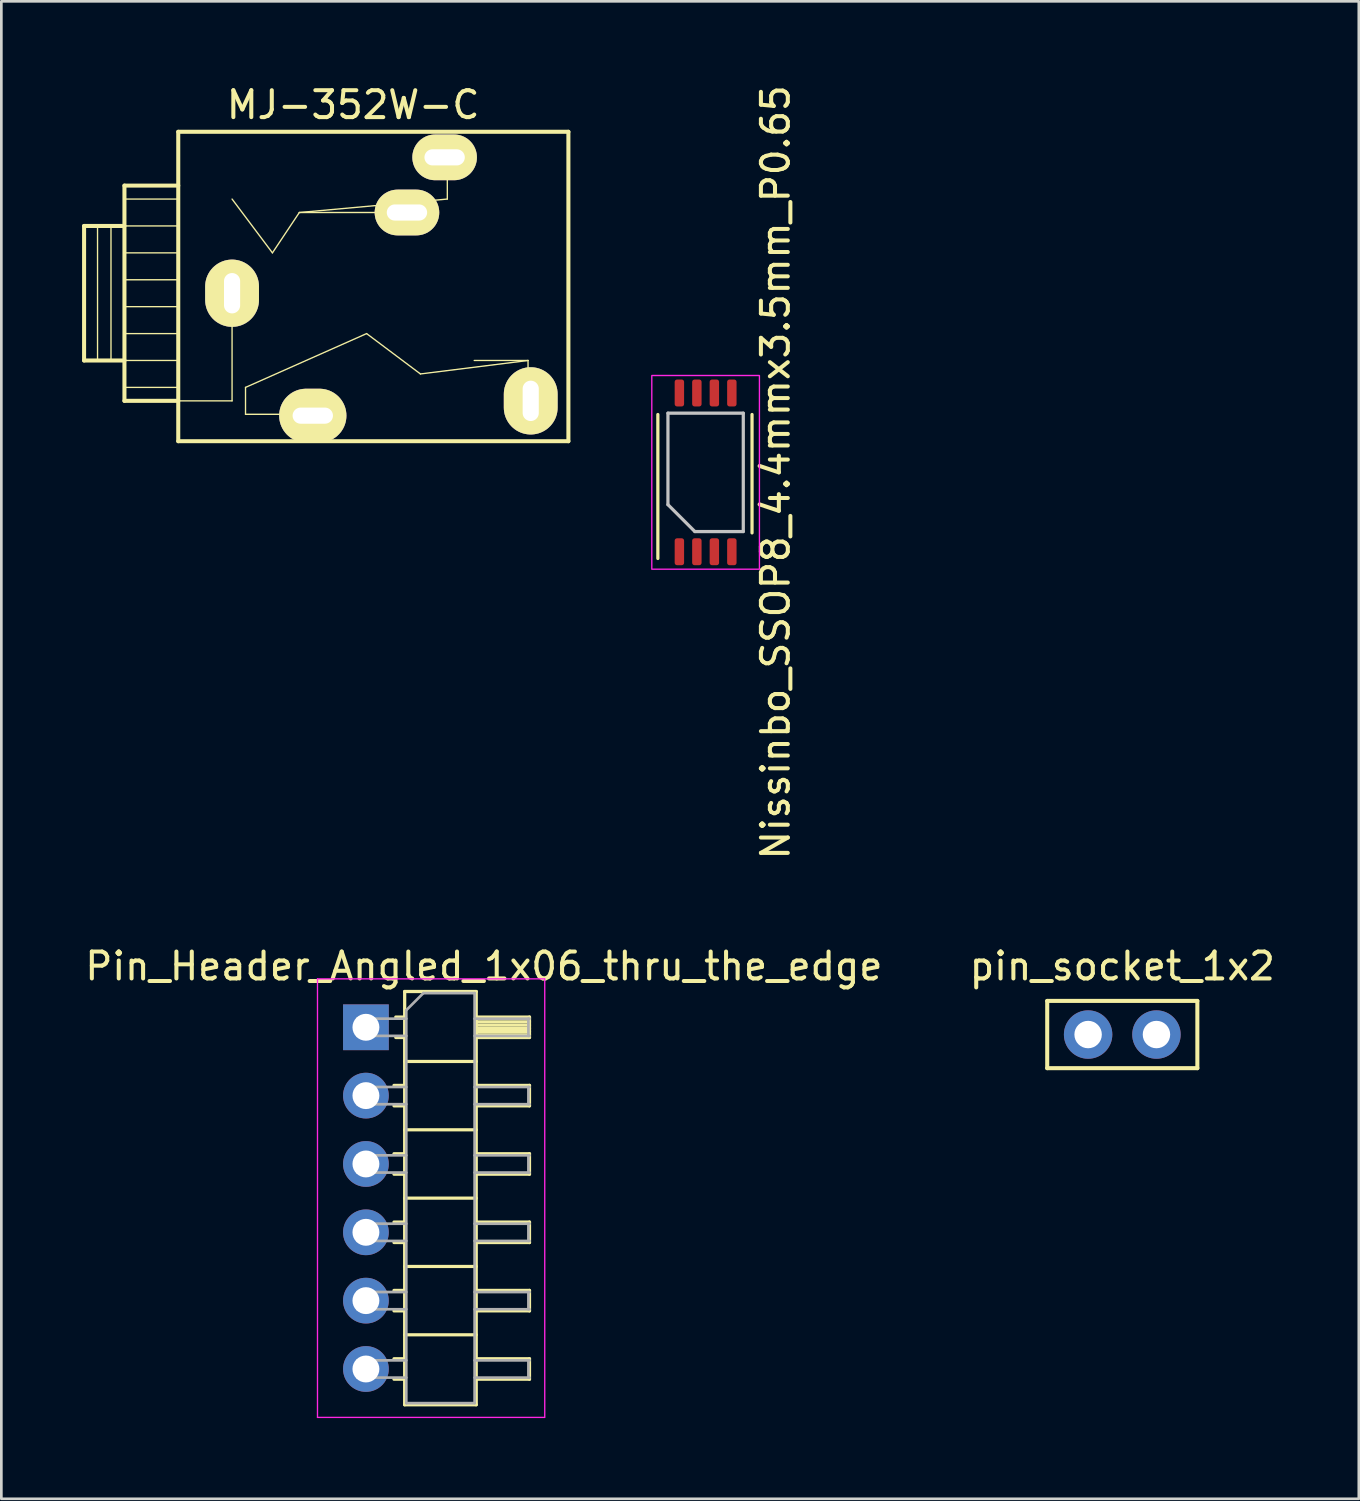
<source format=kicad_pcb>
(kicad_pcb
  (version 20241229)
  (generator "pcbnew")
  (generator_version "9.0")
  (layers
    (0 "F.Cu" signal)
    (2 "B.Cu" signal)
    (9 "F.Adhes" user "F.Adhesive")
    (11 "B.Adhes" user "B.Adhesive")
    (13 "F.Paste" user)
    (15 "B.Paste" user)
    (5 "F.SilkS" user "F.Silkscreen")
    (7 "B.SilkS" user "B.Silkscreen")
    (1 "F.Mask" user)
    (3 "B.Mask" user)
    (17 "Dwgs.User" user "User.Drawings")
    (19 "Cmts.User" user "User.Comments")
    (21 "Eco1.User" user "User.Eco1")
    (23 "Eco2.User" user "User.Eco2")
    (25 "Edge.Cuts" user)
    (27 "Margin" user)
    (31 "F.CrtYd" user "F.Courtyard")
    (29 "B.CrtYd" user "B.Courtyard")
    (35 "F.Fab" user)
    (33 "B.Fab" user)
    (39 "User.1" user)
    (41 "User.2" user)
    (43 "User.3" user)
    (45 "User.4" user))
  (footprint "MJ-352W-C"
    (layer "F.Cu")
    (at 3.575 7.848)
    (property "Reference" "MJ-352W-C" (at 6.5 -7 0) (unlocked yes) (layer "F.SilkS") (effects (font (size 1 1) (thickness 0.15))))
    (attr through_hole)
    (fp_line (start -3.5 -2.5) (end -3.5 2.5) (stroke (width 0.15) (type solid)) (layer "F.SilkS"))
    (fp_line (start -3.5 2.5) (end -2 2.5) (stroke (width 0.15) (type solid)) (layer "F.SilkS"))
    (fp_line (start -3 -2.5) (end -3 2.5) (stroke (width 0.05) (type solid)) (layer "F.SilkS"))
    (fp_line (start -2.5 -2.5) (end -2.5 2.5) (stroke (width 0.05) (type solid)) (layer "F.SilkS"))
    (fp_line (start -2 -4) (end -2 4) (stroke (width 0.15) (type solid)) (layer "F.SilkS"))
    (fp_line (start -2 -3.5) (end 0 -3.5) (stroke (width 0.05) (type solid)) (layer "F.SilkS"))
    (fp_line (start -2 -2.5) (end -3.5 -2.5) (stroke (width 0.15) (type solid)) (layer "F.SilkS"))
    (fp_line (start -2 -2.5) (end 0 -2.5) (stroke (width 0.05) (type solid)) (layer "F.SilkS"))
    (fp_line (start -2 -1.5) (end 0 -1.5) (stroke (width 0.05) (type solid)) (layer "F.SilkS"))
    (fp_line (start -2 -0.5) (end 0 -0.5) (stroke (width 0.05) (type solid)) (layer "F.SilkS"))
    (fp_line (start -2 0.5) (end 0 0.5) (stroke (width 0.05) (type solid)) (layer "F.SilkS"))
    (fp_line (start -2 1.5) (end 0 1.5) (stroke (width 0.05) (type solid)) (layer "F.SilkS"))
    (fp_line (start -2 2.5) (end 0 2.5) (stroke (width 0.05) (type solid)) (layer "F.SilkS"))
    (fp_line (start -2 3.5) (end 0 3.5) (stroke (width 0.05) (type solid)) (layer "F.SilkS"))
    (fp_line (start -2 4) (end 0 4) (stroke (width 0.15) (type solid)) (layer "F.SilkS"))
    (fp_line (start 0 -6) (end 14.5 -6) (stroke (width 0.15) (type solid)) (layer "F.SilkS"))
    (fp_line (start 0 -4) (end -2 -4) (stroke (width 0.15) (type solid)) (layer "F.SilkS"))
    (fp_line (start 0 4) (end 2 4) (stroke (width 0.05) (type solid)) (layer "F.SilkS"))
    (fp_line (start 0 5.5) (end 0 -6) (stroke (width 0.15) (type solid)) (layer "F.SilkS"))
    (fp_line (start 2 -3.5) (end 3.5 -1.5) (stroke (width 0.05) (type solid)) (layer "F.SilkS"))
    (fp_line (start 2 4) (end 2 0) (stroke (width 0.05) (type solid)) (layer "F.SilkS"))
    (fp_line (start 2.5 3.5) (end 7 1.5) (stroke (width 0.05) (type solid)) (layer "F.SilkS"))
    (fp_line (start 2.5 4.5) (end 2.5 3.5) (stroke (width 0.05) (type solid)) (layer "F.SilkS"))
    (fp_line (start 3.5 -1.5) (end 4.5 -3) (stroke (width 0.05) (type solid)) (layer "F.SilkS"))
    (fp_line (start 4.5 -3) (end 10 -3.5) (stroke (width 0.05) (type solid)) (layer "F.SilkS"))
    (fp_line (start 5 4.5) (end 2.5 4.5) (stroke (width 0.05) (type solid)) (layer "F.SilkS"))
    (fp_line (start 7 1.5) (end 9 3) (stroke (width 0.05) (type solid)) (layer "F.SilkS"))
    (fp_line (start 8.5 -3) (end 4.5 -3) (stroke (width 0.05) (type solid)) (layer "F.SilkS"))
    (fp_line (start 9 3) (end 13 2.5) (stroke (width 0.05) (type solid)) (layer "F.SilkS"))
    (fp_line (start 10 -3.5) (end 10 -5) (stroke (width 0.05) (type solid)) (layer "F.SilkS"))
    (fp_line (start 11 2.5) (end 13 2.5) (stroke (width 0.05) (type solid)) (layer "F.SilkS"))
    (fp_line (start 13 2.5) (end 13 4) (stroke (width 0.05) (type solid)) (layer "F.SilkS"))
    (fp_line (start 14.5 -6) (end 14.5 5.5) (stroke (width 0.15) (type solid)) (layer "F.SilkS"))
    (fp_line (start 14.5 5.5) (end 0 5.5) (stroke (width 0.15) (type solid)) (layer "F.SilkS"))
    (pad "1" thru_hole oval (at 2 0) (size 2 2.5) (drill oval 0.6 1.5) (layers "*.Cu" "*.Mask" "F.SilkS"))
    (pad "2" thru_hole oval (at 5 4.55) (size 2.5 2) (drill oval 1.5 0.6) (layers "*.Cu" "*.Mask" "F.SilkS"))
    (pad "3" thru_hole oval (at 13.1 4) (size 2 2.5) (drill oval 0.6 1.5) (layers "*.Cu" "*.Mask" "F.SilkS"))
    (pad "4" thru_hole oval (at 8.5 -3) (size 2.4 1.7) (drill oval 1.5 0.6) (layers "*.Cu" "*.Mask" "F.SilkS"))
    (pad "5" thru_hole oval (at 9.9 -5.05) (size 2.4 1.7) (drill oval 1.5 0.6) (layers "*.Cu" "*.Mask" "F.SilkS")))
  (footprint "Pin_Header_Angled_1x06_thru_the_edge"
    (layer "F.Cu")
    (at 10.55 35.13)
    (property "Reference" "Pin_Header_Angled_1x06_thru_the_edge" (at 4.385 -2.27 0) (layer "F.SilkS") (effects (font (size 1 1) (thickness 0.15))))
    (attr through_hole)
    (fp_line (start 1.043 2.16) (end 1.44 2.16) (stroke (width 0.12) (type solid)) (layer "F.SilkS"))
    (fp_line (start 1.043 2.92) (end 1.44 2.92) (stroke (width 0.12) (type solid)) (layer "F.SilkS"))
    (fp_line (start 1.043 4.7) (end 1.44 4.7) (stroke (width 0.12) (type solid)) (layer "F.SilkS"))
    (fp_line (start 1.043 5.46) (end 1.44 5.46) (stroke (width 0.12) (type solid)) (layer "F.SilkS"))
    (fp_line (start 1.043 7.24) (end 1.44 7.24) (stroke (width 0.12) (type solid)) (layer "F.SilkS"))
    (fp_line (start 1.043 8) (end 1.44 8) (stroke (width 0.12) (type solid)) (layer "F.SilkS"))
    (fp_line (start 1.043 9.78) (end 1.44 9.78) (stroke (width 0.12) (type solid)) (layer "F.SilkS"))
    (fp_line (start 1.043 10.54) (end 1.44 10.54) (stroke (width 0.12) (type solid)) (layer "F.SilkS"))
    (fp_line (start 1.043 12.32) (end 1.44 12.32) (stroke (width 0.12) (type solid)) (layer "F.SilkS"))
    (fp_line (start 1.043 13.08) (end 1.44 13.08) (stroke (width 0.12) (type solid)) (layer "F.SilkS"))
    (fp_line (start 1.11 -0.38) (end 1.44 -0.38) (stroke (width 0.12) (type solid)) (layer "F.SilkS"))
    (fp_line (start 1.11 0.38) (end 1.44 0.38) (stroke (width 0.12) (type solid)) (layer "F.SilkS"))
    (fp_line (start 1.44 -1.33) (end 1.44 14.03) (stroke (width 0.12) (type solid)) (layer "F.SilkS"))
    (fp_line (start 1.44 1.27) (end 4.1 1.27) (stroke (width 0.12) (type solid)) (layer "F.SilkS"))
    (fp_line (start 1.44 3.81) (end 4.1 3.81) (stroke (width 0.12) (type solid)) (layer "F.SilkS"))
    (fp_line (start 1.44 6.35) (end 4.1 6.35) (stroke (width 0.12) (type solid)) (layer "F.SilkS"))
    (fp_line (start 1.44 8.89) (end 4.1 8.89) (stroke (width 0.12) (type solid)) (layer "F.SilkS"))
    (fp_line (start 1.44 11.43) (end 4.1 11.43) (stroke (width 0.12) (type solid)) (layer "F.SilkS"))
    (fp_line (start 1.44 14.03) (end 4.1 14.03) (stroke (width 0.12) (type solid)) (layer "F.SilkS"))
    (fp_line (start 4.1 -1.33) (end 1.44 -1.33) (stroke (width 0.12) (type solid)) (layer "F.SilkS"))
    (fp_line (start 4.1 -0.38) (end 6.079 -0.38) (stroke (width 0.12) (type solid)) (layer "F.SilkS"))
    (fp_line (start 4.1 -0.32) (end 6.079 -0.32) (stroke (width 0.12) (type solid)) (layer "F.SilkS"))
    (fp_line (start 4.1 -0.2) (end 6.079 -0.2) (stroke (width 0.12) (type solid)) (layer "F.SilkS"))
    (fp_line (start 4.1 -0.08) (end 6.079 -0.08) (stroke (width 0.12) (type solid)) (layer "F.SilkS"))
    (fp_line (start 4.1 0.04) (end 6.079 0.04) (stroke (width 0.12) (type solid)) (layer "F.SilkS"))
    (fp_line (start 4.1 0.16) (end 6.079 0.16) (stroke (width 0.12) (type solid)) (layer "F.SilkS"))
    (fp_line (start 4.1 0.28) (end 6.079 0.28) (stroke (width 0.12) (type solid)) (layer "F.SilkS"))
    (fp_line (start 4.1 2.16) (end 6.079 2.16) (stroke (width 0.12) (type solid)) (layer "F.SilkS"))
    (fp_line (start 4.1 4.7) (end 6.079 4.7) (stroke (width 0.12) (type solid)) (layer "F.SilkS"))
    (fp_line (start 4.1 7.24) (end 6.079 7.24) (stroke (width 0.12) (type solid)) (layer "F.SilkS"))
    (fp_line (start 4.1 9.78) (end 6.079 9.78) (stroke (width 0.12) (type solid)) (layer "F.SilkS"))
    (fp_line (start 4.1 12.32) (end 6.079 12.32) (stroke (width 0.12) (type solid)) (layer "F.SilkS"))
    (fp_line (start 4.1 14.03) (end 4.1 -1.33) (stroke (width 0.12) (type solid)) (layer "F.SilkS"))
    (fp_line (start 6.079 -0.38) (end 6.079 0.38) (stroke (width 0.12) (type solid)) (layer "F.SilkS"))
    (fp_line (start 6.079 0.38) (end 4.1 0.38) (stroke (width 0.12) (type solid)) (layer "F.SilkS"))
    (fp_line (start 6.079 2.16) (end 6.079 2.92) (stroke (width 0.12) (type solid)) (layer "F.SilkS"))
    (fp_line (start 6.079 2.92) (end 4.1 2.92) (stroke (width 0.12) (type solid)) (layer "F.SilkS"))
    (fp_line (start 6.079 4.7) (end 6.079 5.46) (stroke (width 0.12) (type solid)) (layer "F.SilkS"))
    (fp_line (start 6.079 5.46) (end 4.1 5.46) (stroke (width 0.12) (type solid)) (layer "F.SilkS"))
    (fp_line (start 6.079 7.24) (end 6.079 8) (stroke (width 0.12) (type solid)) (layer "F.SilkS"))
    (fp_line (start 6.079 8) (end 4.1 8) (stroke (width 0.12) (type solid)) (layer "F.SilkS"))
    (fp_line (start 6.079 9.78) (end 6.079 10.54) (stroke (width 0.12) (type solid)) (layer "F.SilkS"))
    (fp_line (start 6.079 10.54) (end 4.1 10.54) (stroke (width 0.12) (type solid)) (layer "F.SilkS"))
    (fp_line (start 6.079 12.32) (end 6.079 13.08) (stroke (width 0.12) (type solid)) (layer "F.SilkS"))
    (fp_line (start 6.079 13.08) (end 4.1 13.08) (stroke (width 0.12) (type solid)) (layer "F.SilkS"))
    (fp_line (start -1.8 -1.8) (end -1.8 14.5) (stroke (width 0.05) (type solid)) (layer "F.CrtYd"))
    (fp_line (start -1.8 14.5) (end 6.637 14.5) (stroke (width 0.05) (type solid)) (layer "F.CrtYd"))
    (fp_line (start 6.637 -1.8) (end -1.8 -1.8) (stroke (width 0.05) (type solid)) (layer "F.CrtYd"))
    (fp_line (start 6.646 14.5) (end 6.646 -1.8) (stroke (width 0.05) (type solid)) (layer "F.CrtYd"))
    (fp_line (start -0.32 -0.32) (end -0.32 0.32) (stroke (width 0.1) (type solid)) (layer "F.Fab"))
    (fp_line (start -0.32 -0.32) (end 1.5 -0.32) (stroke (width 0.1) (type solid)) (layer "F.Fab"))
    (fp_line (start -0.32 0.32) (end 1.5 0.32) (stroke (width 0.1) (type solid)) (layer "F.Fab"))
    (fp_line (start -0.32 2.22) (end -0.32 2.86) (stroke (width 0.1) (type solid)) (layer "F.Fab"))
    (fp_line (start -0.32 2.22) (end 1.5 2.22) (stroke (width 0.1) (type solid)) (layer "F.Fab"))
    (fp_line (start -0.32 2.86) (end 1.5 2.86) (stroke (width 0.1) (type solid)) (layer "F.Fab"))
    (fp_line (start -0.32 4.76) (end -0.32 5.4) (stroke (width 0.1) (type solid)) (layer "F.Fab"))
    (fp_line (start -0.32 4.76) (end 1.5 4.76) (stroke (width 0.1) (type solid)) (layer "F.Fab"))
    (fp_line (start -0.32 5.4) (end 1.5 5.4) (stroke (width 0.1) (type solid)) (layer "F.Fab"))
    (fp_line (start -0.32 7.3) (end -0.32 7.94) (stroke (width 0.1) (type solid)) (layer "F.Fab"))
    (fp_line (start -0.32 7.3) (end 1.5 7.3) (stroke (width 0.1) (type solid)) (layer "F.Fab"))
    (fp_line (start -0.32 7.94) (end 1.5 7.94) (stroke (width 0.1) (type solid)) (layer "F.Fab"))
    (fp_line (start -0.32 9.84) (end -0.32 10.48) (stroke (width 0.1) (type solid)) (layer "F.Fab"))
    (fp_line (start -0.32 9.84) (end 1.5 9.84) (stroke (width 0.1) (type solid)) (layer "F.Fab"))
    (fp_line (start -0.32 10.48) (end 1.5 10.48) (stroke (width 0.1) (type solid)) (layer "F.Fab"))
    (fp_line (start -0.32 12.38) (end -0.32 13.02) (stroke (width 0.1) (type solid)) (layer "F.Fab"))
    (fp_line (start -0.32 12.38) (end 1.5 12.38) (stroke (width 0.1) (type solid)) (layer "F.Fab"))
    (fp_line (start -0.32 13.02) (end 1.5 13.02) (stroke (width 0.1) (type solid)) (layer "F.Fab"))
    (fp_line (start 1.5 -0.635) (end 2.135 -1.27) (stroke (width 0.1) (type solid)) (layer "F.Fab"))
    (fp_line (start 1.5 13.97) (end 1.5 -0.635) (stroke (width 0.1) (type solid)) (layer "F.Fab"))
    (fp_line (start 2.135 -1.27) (end 4.04 -1.27) (stroke (width 0.1) (type solid)) (layer "F.Fab"))
    (fp_line (start 4.04 -1.27) (end 4.04 13.97) (stroke (width 0.1) (type solid)) (layer "F.Fab"))
    (fp_line (start 4.04 -0.32) (end 6.079 -0.32) (stroke (width 0.1) (type solid)) (layer "F.Fab"))
    (fp_line (start 4.04 0.32) (end 6.079 0.32) (stroke (width 0.1) (type solid)) (layer "F.Fab"))
    (fp_line (start 4.04 2.22) (end 6.079 2.22) (stroke (width 0.1) (type solid)) (layer "F.Fab"))
    (fp_line (start 4.04 2.86) (end 6.079 2.86) (stroke (width 0.1) (type solid)) (layer "F.Fab"))
    (fp_line (start 4.04 4.76) (end 6.079 4.76) (stroke (width 0.1) (type solid)) (layer "F.Fab"))
    (fp_line (start 4.04 5.4) (end 6.079 5.4) (stroke (width 0.1) (type solid)) (layer "F.Fab"))
    (fp_line (start 4.04 7.3) (end 6.079 7.3) (stroke (width 0.1) (type solid)) (layer "F.Fab"))
    (fp_line (start 4.04 7.94) (end 6.079 7.94) (stroke (width 0.1) (type solid)) (layer "F.Fab"))
    (fp_line (start 4.04 9.84) (end 6.079 9.84) (stroke (width 0.1) (type solid)) (layer "F.Fab"))
    (fp_line (start 4.04 10.48) (end 6.079 10.48) (stroke (width 0.1) (type solid)) (layer "F.Fab"))
    (fp_line (start 4.04 12.38) (end 6.079 12.38) (stroke (width 0.1) (type solid)) (layer "F.Fab"))
    (fp_line (start 4.04 13.02) (end 6.079 13.02) (stroke (width 0.1) (type solid)) (layer "F.Fab"))
    (fp_line (start 4.04 13.97) (end 1.5 13.97) (stroke (width 0.1) (type solid)) (layer "F.Fab"))
    (fp_line (start 6.039 -0.32) (end 6.039 0.32) (stroke (width 0.1) (type solid)) (layer "F.Fab"))
    (fp_line (start 6.039 2.22) (end 6.039 2.86) (stroke (width 0.1) (type solid)) (layer "F.Fab"))
    (fp_line (start 6.039 4.76) (end 6.039 5.4) (stroke (width 0.1) (type solid)) (layer "F.Fab"))
    (fp_line (start 6.039 7.3) (end 6.039 7.94) (stroke (width 0.1) (type solid)) (layer "F.Fab"))
    (fp_line (start 6.039 9.84) (end 6.039 10.48) (stroke (width 0.1) (type solid)) (layer "F.Fab"))
    (fp_line (start 6.039 12.38) (end 6.039 13.02) (stroke (width 0.1) (type solid)) (layer "F.Fab"))
    (pad "1" thru_hole rect (at 0 0) (size 1.7 1.7) (drill 1) (layers "*.Cu" "*.Mask"))
    (pad "2" thru_hole oval (at 0 2.54) (size 1.7 1.7) (drill 1) (layers "*.Cu" "*.Mask"))
    (pad "3" thru_hole oval (at 0 5.08) (size 1.7 1.7) (drill 1) (layers "*.Cu" "*.Mask"))
    (pad "4" thru_hole oval (at 0 7.62) (size 1.7 1.7) (drill 1) (layers "*.Cu" "*.Mask"))
    (pad "5" thru_hole oval (at 0 10.16) (size 1.7 1.7) (drill 1) (layers "*.Cu" "*.Mask"))
    (pad "6" thru_hole oval (at 0 12.7) (size 1.7 1.7) (drill 1) (layers "*.Cu" "*.Mask")))
  (footprint "Nissinbo_SSOP8_4.4mmx3.5mm_P0.65"
    (layer "F.Cu")
    (at 23.175 14.506)
    (property "Reference" "Nissinbo_SSOP8_4.4mmx3.5mm_P0.65" (at 2.6 0 90) (unlocked yes) (layer "F.SilkS") (effects (font (size 1 1) (thickness 0.15))))
    (attr smd)
    (fp_line (start -1.775 3.2) (end -1.775 -2.15) (stroke (width 0.12) (type default)) (layer "F.SilkS"))
    (fp_line (start 1.725 -2.15) (end 1.725 2.25) (stroke (width 0.12) (type default)) (layer "F.SilkS"))
    (fp_line (start -1.4 -2.2) (end -1.4 1.2) (stroke (width 0.12) (type default)) (layer "Dwgs.User"))
    (fp_line (start -1.4 1.2) (end -0.4 2.2) (stroke (width 0.12) (type default)) (layer "Dwgs.User"))
    (fp_line (start -0.4 2.2) (end 1.4 2.2) (stroke (width 0.12) (type default)) (layer "Dwgs.User"))
    (fp_line (start 1.4 -2.2) (end -1.4 -2.2) (stroke (width 0.12) (type default)) (layer "Dwgs.User"))
    (fp_line (start 1.4 2.2) (end 1.4 -2.2) (stroke (width 0.12) (type default)) (layer "Dwgs.User"))
    (fp_rect (start -2 -3.6) (end 2 3.6) (stroke (width 0.05) (type default)) (fill no) (layer "F.CrtYd"))
    (pad "1" smd roundrect (at -0.975 2.95) (size 0.35 1) (layers "F.Cu" "F.Mask" "F.Paste") (roundrect_rratio 0.25))
    (pad "2" smd roundrect (at -0.325 2.95) (size 0.35 1) (layers "F.Cu" "F.Mask" "F.Paste") (roundrect_rratio 0.25))
    (pad "3" smd roundrect (at 0.325 2.95) (size 0.35 1) (layers "F.Cu" "F.Mask" "F.Paste") (roundrect_rratio 0.25))
    (pad "4" smd roundrect (at 0.975 2.95) (size 0.35 1) (layers "F.Cu" "F.Mask" "F.Paste") (roundrect_rratio 0.25))
    (pad "5" smd roundrect (at 0.975 -2.95) (size 0.35 1) (layers "F.Cu" "F.Mask" "F.Paste") (roundrect_rratio 0.25))
    (pad "6" smd roundrect (at 0.325 -2.95) (size 0.35 1) (layers "F.Cu" "F.Mask" "F.Paste") (roundrect_rratio 0.25))
    (pad "7" smd roundrect (at -0.325 -2.95) (size 0.35 1) (layers "F.Cu" "F.Mask" "F.Paste") (roundrect_rratio 0.25))
    (pad "8" smd roundrect (at -0.975 -2.95) (size 0.35 1) (layers "F.Cu" "F.Mask" "F.Paste") (roundrect_rratio 0.25)))
  (footprint "pin_socket_1x2"
    (layer "F.Cu")
    (at 38.661 35.4)
    (property "Reference" "pin_socket_1x2" (at 0 -2.54 0) (layer "F.SilkS") (effects (font (size 1 1) (thickness 0.15))))
    (attr through_hole)
    (fp_line (start -2.79 -1.25) (end 2.79 -1.25) (stroke (width 0.15) (type solid)) (layer "F.SilkS"))
    (fp_line (start -2.79 1.25) (end -2.79 -1.25) (stroke (width 0.15) (type solid)) (layer "F.SilkS"))
    (fp_line (start -2.79 1.25) (end 2.79 1.25) (stroke (width 0.15) (type solid)) (layer "F.SilkS"))
    (fp_line (start 2.79 1.25) (end 2.79 -1.25) (stroke (width 0.15) (type solid)) (layer "F.SilkS"))
    (pad "1" thru_hole circle (at -1.27 0) (size 1.8 1.8) (drill 1.02) (layers "*.Cu" "*.Mask"))
    (pad "2" thru_hole circle (at 1.27 0) (size 1.8 1.8) (drill 1.02) (layers "*.Cu" "*.Mask")))
  (gr_rect
    (start -3 -3)
    (end 47.452 52.655)
    (stroke (width 0.1) (type default))
    (fill no)
    (layer "Edge.Cuts")))
</source>
